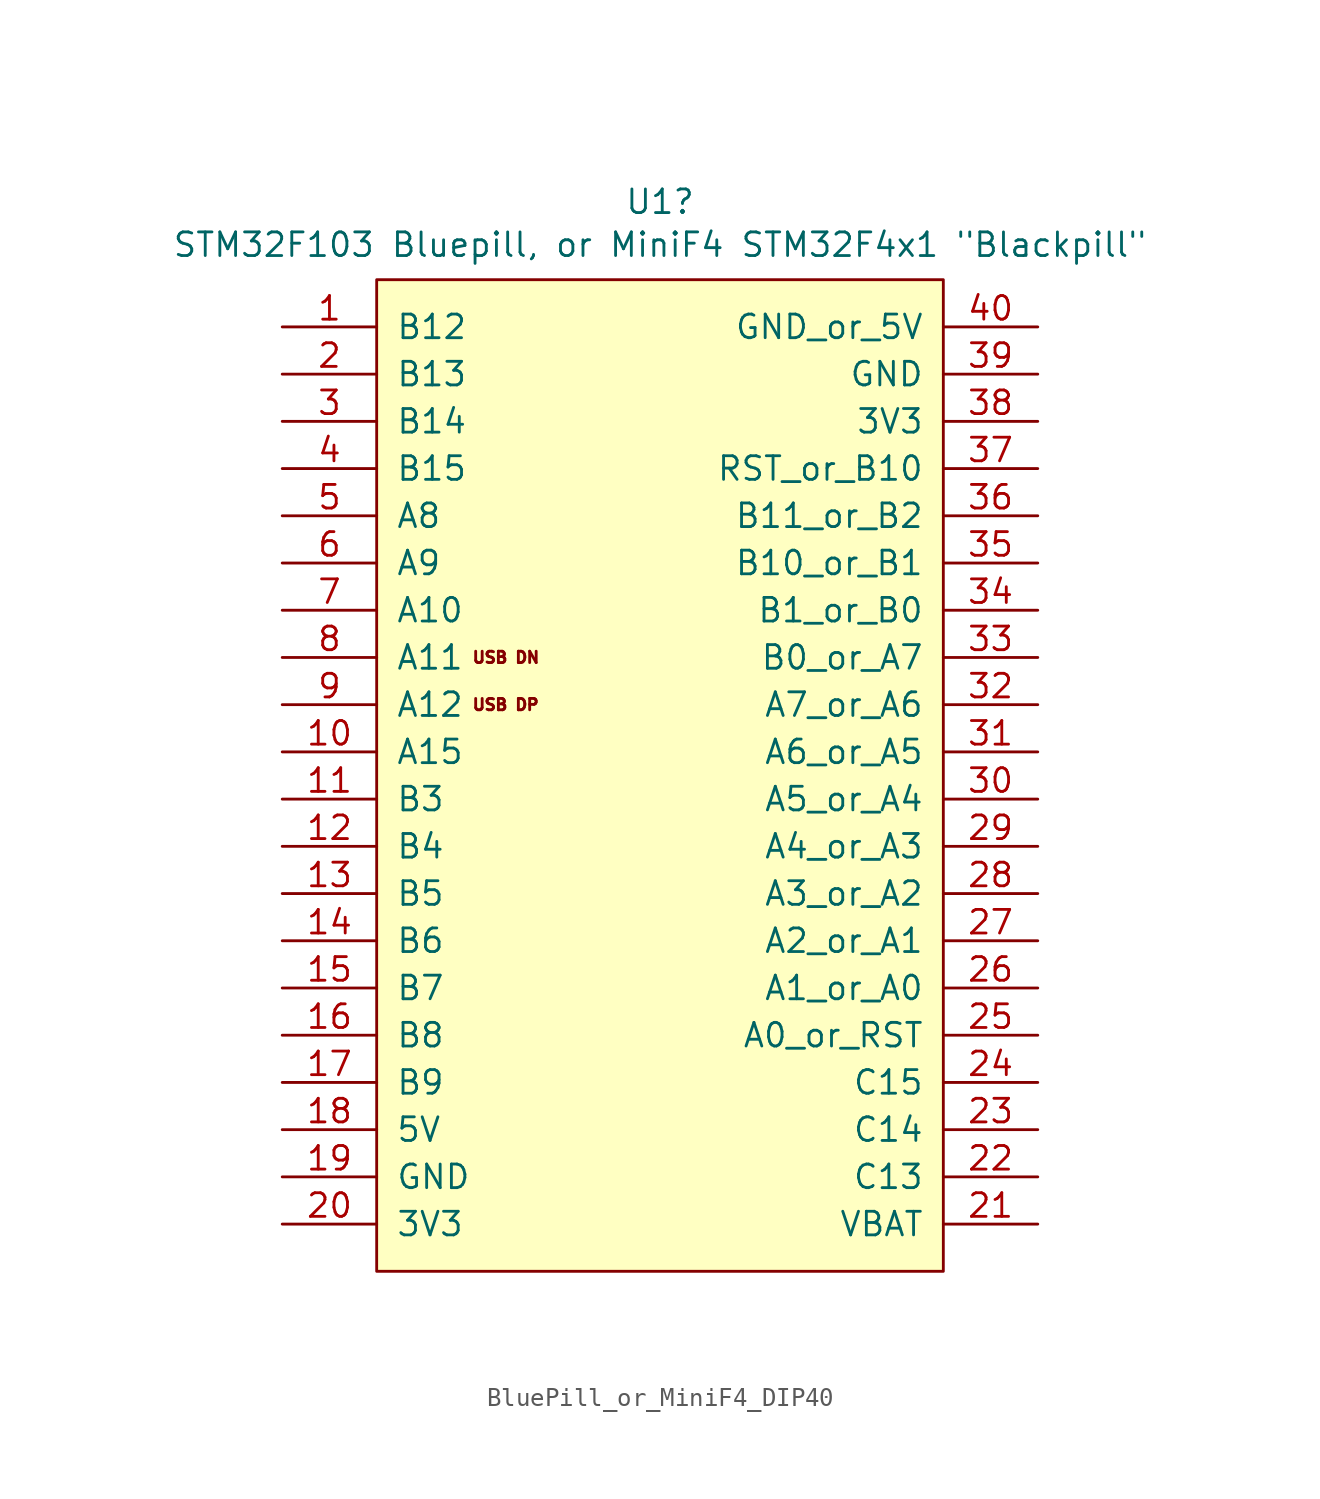
<source format=kicad_sym>
(kicad_symbol_lib
  (version 20220102)
  (generator kicad_symbol_editor)
  (symbol "BluePill_or_MiniF4_DIP40"
    (pin_names
      (offset 1.016))
    (property "Reference" "U1"
      (at 0 29.591 0)
      (effects (font (size 1.27 1.27))))
    (property "Value" "STM32F103 Bluepill, or MiniF4 STM32F4x1 \"Blackpill\""
      (at 0 27.28 0)
      (effects (font (size 1.27 1.27))))
    (symbol "BluePill_or_MiniF4_DIP40_0_0"
      (text "USB DN" (at -10.16 5.08 0) (effects (font (size 0.61 0.61)) (justify left)))
      (text "USB DP" (at -10.16 2.54 0) (effects (font (size 0.61 0.61)) (justify left))))
    (symbol "BluePill_or_MiniF4_DIP40_0_1"
      (rectangle (start -15.24 25.4) (end 15.24 -27.94) (stroke (width 0) (type default)) (fill (type background))))
    (symbol "BluePill_or_MiniF4_DIP40_1_1"
      (pin bidirectional line (at -20.32 22.86 0) (length 5.08) (name "B12" (effects (font (size 1.27 1.27)))) (number "1" (effects (font (size 1.27 1.27)))))
      (pin bidirectional line (at -20.32 0 0) (length 5.08) (name "A15" (effects (font (size 1.27 1.27)))) (number "10" (effects (font (size 1.27 1.27)))))
      (pin bidirectional line (at -20.32 -2.54 0) (length 5.08) (name "B3" (effects (font (size 1.27 1.27)))) (number "11" (effects (font (size 1.27 1.27)))))
      (pin bidirectional line (at -20.32 -5.08 0) (length 5.08) (name "B4" (effects (font (size 1.27 1.27)))) (number "12" (effects (font (size 1.27 1.27)))))
      (pin bidirectional line (at -20.32 -7.62 0) (length 5.08) (name "B5" (effects (font (size 1.27 1.27)))) (number "13" (effects (font (size 1.27 1.27)))))
      (pin bidirectional line (at -20.32 -10.16 0) (length 5.08) (name "B6" (effects (font (size 1.27 1.27)))) (number "14" (effects (font (size 1.27 1.27)))))
      (pin bidirectional line (at -20.32 -12.7 0) (length 5.08) (name "B7" (effects (font (size 1.27 1.27)))) (number "15" (effects (font (size 1.27 1.27)))))
      (pin bidirectional line (at -20.32 -15.24 0) (length 5.08) (name "B8" (effects (font (size 1.27 1.27)))) (number "16" (effects (font (size 1.27 1.27)))))
      (pin bidirectional line (at -20.32 -17.78 0) (length 5.08) (name "B9" (effects (font (size 1.27 1.27)))) (number "17" (effects (font (size 1.27 1.27)))))
      (pin power_out line (at -20.32 -20.32 0) (length 5.08) (name "5V" (effects (font (size 1.27 1.27)))) (number "18" (effects (font (size 1.27 1.27)))))
      (pin power_out line (at -20.32 -22.86 0) (length 5.08) (name "GND" (effects (font (size 1.27 1.27)))) (number "19" (effects (font (size 1.27 1.27)))))
      (pin bidirectional line (at -20.32 20.32 0) (length 5.08) (name "B13" (effects (font (size 1.27 1.27)))) (number "2" (effects (font (size 1.27 1.27)))))
      (pin power_out line (at -20.32 -25.4 0) (length 5.08) (name "3V3" (effects (font (size 1.27 1.27)))) (number "20" (effects (font (size 1.27 1.27)))))
      (pin power_out line (at 20.32 -25.4 180) (length 5.08) (name "VBAT" (effects (font (size 1.27 1.27)))) (number "21" (effects (font (size 1.27 1.27)))))
      (pin bidirectional line (at 20.32 -22.86 180) (length 5.08) (name "C13" (effects (font (size 1.27 1.27)))) (number "22" (effects (font (size 1.27 1.27)))))
      (pin bidirectional line (at 20.32 -20.32 180) (length 5.08) (name "C14" (effects (font (size 1.27 1.27)))) (number "23" (effects (font (size 1.27 1.27)))))
      (pin bidirectional line (at 20.32 -17.78 180) (length 5.08) (name "C15" (effects (font (size 1.27 1.27)))) (number "24" (effects (font (size 1.27 1.27)))))
      (pin input line (at 20.32 -15.24 180) (length 5.08) (name "A0_or_RST" (effects (font (size 1.27 1.27)))) (number "25" (effects (font (size 1.27 1.27)))))
      (pin bidirectional line (at 20.32 -12.7 180) (length 5.08) (name "A1_or_A0" (effects (font (size 1.27 1.27)))) (number "26" (effects (font (size 1.27 1.27)))))
      (pin bidirectional line (at 20.32 -10.16 180) (length 5.08) (name "A2_or_A1" (effects (font (size 1.27 1.27)))) (number "27" (effects (font (size 1.27 1.27)))))
      (pin bidirectional line (at 20.32 -7.62 180) (length 5.08) (name "A3_or_A2" (effects (font (size 1.27 1.27)))) (number "28" (effects (font (size 1.27 1.27)))))
      (pin bidirectional line (at 20.32 -5.08 180) (length 5.08) (name "A4_or_A3" (effects (font (size 1.27 1.27)))) (number "29" (effects (font (size 1.27 1.27)))))
      (pin bidirectional line (at -20.32 17.78 0) (length 5.08) (name "B14" (effects (font (size 1.27 1.27)))) (number "3" (effects (font (size 1.27 1.27)))))
      (pin bidirectional line (at 20.32 -2.54 180) (length 5.08) (name "A5_or_A4" (effects (font (size 1.27 1.27)))) (number "30" (effects (font (size 1.27 1.27)))))
      (pin bidirectional line (at 20.32 0 180) (length 5.08) (name "A6_or_A5" (effects (font (size 1.27 1.27)))) (number "31" (effects (font (size 1.27 1.27)))))
      (pin bidirectional line (at 20.32 2.54 180) (length 5.08) (name "A7_or_A6" (effects (font (size 1.27 1.27)))) (number "32" (effects (font (size 1.27 1.27)))))
      (pin bidirectional line (at 20.32 5.08 180) (length 5.08) (name "B0_or_A7" (effects (font (size 1.27 1.27)))) (number "33" (effects (font (size 1.27 1.27)))))
      (pin bidirectional line (at 20.32 7.62 180) (length 5.08) (name "B1_or_B0" (effects (font (size 1.27 1.27)))) (number "34" (effects (font (size 1.27 1.27)))))
      (pin bidirectional line (at 20.32 10.16 180) (length 5.08) (name "B10_or_B1" (effects (font (size 1.27 1.27)))) (number "35" (effects (font (size 1.27 1.27)))))
      (pin bidirectional line (at 20.32 12.7 180) (length 5.08) (name "B11_or_B2" (effects (font (size 1.27 1.27)))) (number "36" (effects (font (size 1.27 1.27)))))
      (pin bidirectional line (at 20.32 15.24 180) (length 5.08) (name "RST_or_B10" (effects (font (size 1.27 1.27)))) (number "37" (effects (font (size 1.27 1.27)))))
      (pin power_out line (at 20.32 17.78 180) (length 5.08) (name "3V3" (effects (font (size 1.27 1.27)))) (number "38" (effects (font (size 1.27 1.27)))))
      (pin power_out line (at 20.32 20.32 180) (length 5.08) (name "GND" (effects (font (size 1.27 1.27)))) (number "39" (effects (font (size 1.27 1.27)))))
      (pin bidirectional line (at -20.32 15.24 0) (length 5.08) (name "B15" (effects (font (size 1.27 1.27)))) (number "4" (effects (font (size 1.27 1.27)))))
      (pin power_out line (at 20.32 22.86 180) (length 5.08) (name "GND_or_5V" (effects (font (size 1.27 1.27)))) (number "40" (effects (font (size 1.27 1.27)))))
      (pin bidirectional line (at -20.32 12.7 0) (length 5.08) (name "A8" (effects (font (size 1.27 1.27)))) (number "5" (effects (font (size 1.27 1.27)))))
      (pin bidirectional line (at -20.32 10.16 0) (length 5.08) (name "A9" (effects (font (size 1.27 1.27)))) (number "6" (effects (font (size 1.27 1.27)))))
      (pin bidirectional line (at -20.32 7.62 0) (length 5.08) (name "A10" (effects (font (size 1.27 1.27)))) (number "7" (effects (font (size 1.27 1.27)))))
      (pin bidirectional line (at -20.32 5.08 0) (length 5.08) (name "A11" (effects (font (size 1.27 1.27)))) (number "8" (effects (font (size 1.27 1.27)))))
      (pin bidirectional line (at -20.32 2.54 0) (length 5.08) (name "A12" (effects (font (size 1.27 1.27)))) (number "9" (effects (font (size 1.27 1.27))))))))
</source>
